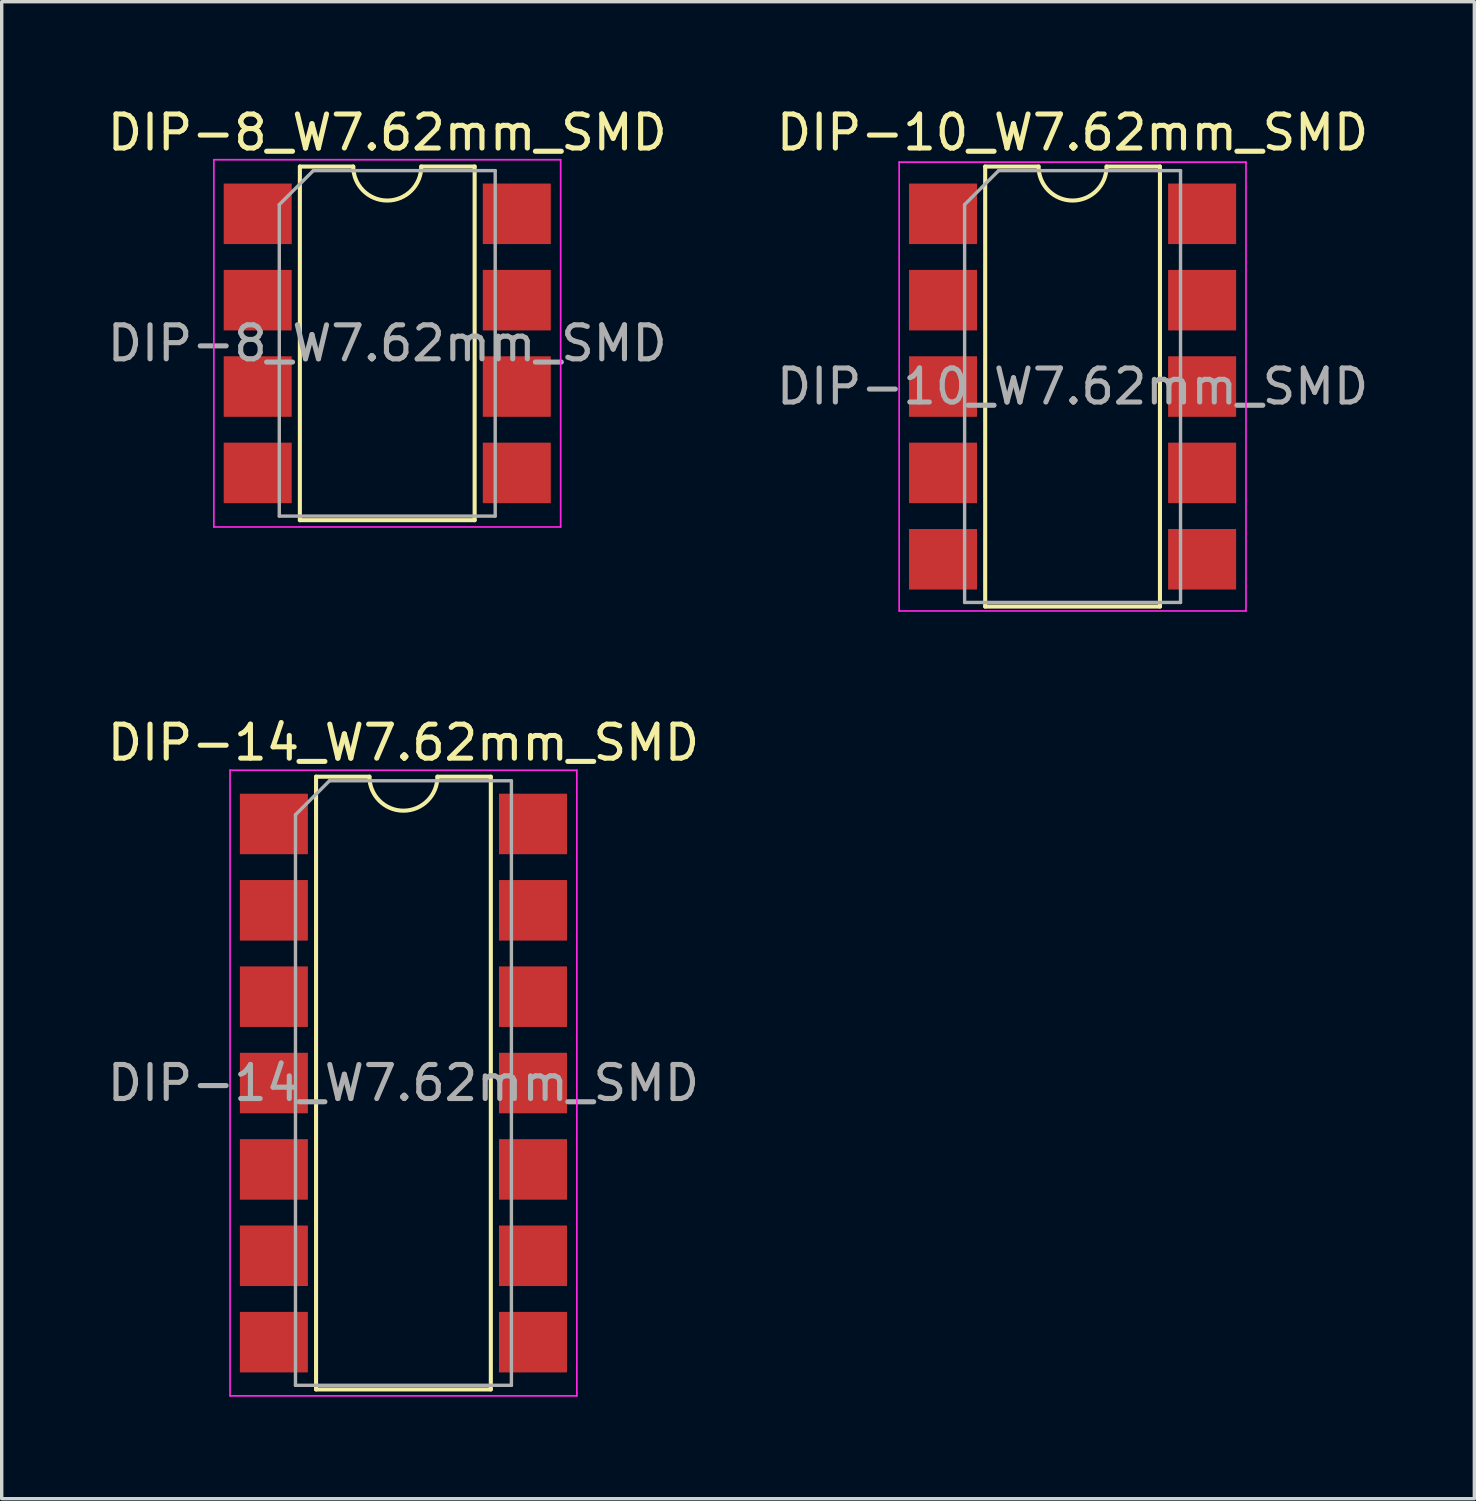
<source format=kicad_pcb>
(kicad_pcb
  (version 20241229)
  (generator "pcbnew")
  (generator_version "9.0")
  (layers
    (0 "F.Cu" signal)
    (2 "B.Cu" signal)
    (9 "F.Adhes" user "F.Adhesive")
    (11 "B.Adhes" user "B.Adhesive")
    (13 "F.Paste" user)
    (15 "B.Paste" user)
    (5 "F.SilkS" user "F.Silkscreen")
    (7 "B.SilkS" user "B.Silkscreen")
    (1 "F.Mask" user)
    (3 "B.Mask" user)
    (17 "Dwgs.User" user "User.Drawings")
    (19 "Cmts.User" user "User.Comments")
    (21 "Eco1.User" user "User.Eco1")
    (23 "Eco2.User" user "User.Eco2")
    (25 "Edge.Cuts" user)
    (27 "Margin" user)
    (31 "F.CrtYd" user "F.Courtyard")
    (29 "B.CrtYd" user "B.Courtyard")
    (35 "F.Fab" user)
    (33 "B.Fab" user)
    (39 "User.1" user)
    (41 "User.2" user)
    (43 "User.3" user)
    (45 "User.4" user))
  (footprint "DIP-10_W7.62mm_SMD"
    (layer "F.Cu")
    (at 28.494 8.318)
    (property "Reference" "DIP-10_W7.62mm_SMD" (at 0 -7.47 0) (layer "F.SilkS") (effects (font (size 1 1) (thickness 0.15))))
    (attr smd)
    (fp_line (start -2.57 -6.47) (end -2.57 6.47) (stroke (width 0.12) (type solid)) (layer "F.SilkS"))
    (fp_line (start -2.57 6.47) (end 2.57 6.47) (stroke (width 0.12) (type solid)) (layer "F.SilkS"))
    (fp_line (start -1 -6.47) (end -2.57 -6.47) (stroke (width 0.12) (type solid)) (layer "F.SilkS"))
    (fp_line (start 2.57 -6.47) (end 1 -6.47) (stroke (width 0.12) (type solid)) (layer "F.SilkS"))
    (fp_line (start 2.57 6.47) (end 2.57 -6.47) (stroke (width 0.12) (type solid)) (layer "F.SilkS"))
    (fp_arc (start 1 -6.47) (mid 0 -5.47) (end -1 -6.47) (stroke (width 0.12) (type solid)) (layer "F.SilkS"))
    (fp_line (start -5.1 -6.6) (end -5.1 6.6) (stroke (width 0.05) (type solid)) (layer "F.CrtYd"))
    (fp_line (start -5.1 6.6) (end 5.1 6.6) (stroke (width 0.05) (type solid)) (layer "F.CrtYd"))
    (fp_line (start 5.1 -6.6) (end -5.1 -6.6) (stroke (width 0.05) (type solid)) (layer "F.CrtYd"))
    (fp_line (start 5.1 6.6) (end 5.1 -6.6) (stroke (width 0.05) (type solid)) (layer "F.CrtYd"))
    (fp_line (start -3.175 -5.35) (end -2.175 -6.35) (stroke (width 0.1) (type solid)) (layer "F.Fab"))
    (fp_line (start -3.175 6.35) (end -3.175 -5.35) (stroke (width 0.1) (type solid)) (layer "F.Fab"))
    (fp_line (start -2.175 -6.35) (end 3.175 -6.35) (stroke (width 0.1) (type solid)) (layer "F.Fab"))
    (fp_line (start 3.175 -6.35) (end 3.175 6.35) (stroke (width 0.1) (type solid)) (layer "F.Fab"))
    (fp_line (start 3.175 6.35) (end -3.175 6.35) (stroke (width 0.1) (type solid)) (layer "F.Fab"))
    (fp_text user "${REFERENCE}" (at 0 0 0) (layer "F.Fab") (effects (font (size 1 1) (thickness 0.15))))
    (pad "1" smd rect (at -3.81 -5.08) (size 2 1.78) (layers "F.Cu" "F.Mask" "F.Paste"))
    (pad "2" smd rect (at -3.81 -2.54) (size 2 1.78) (layers "F.Cu" "F.Mask" "F.Paste"))
    (pad "3" smd rect (at -3.81 0) (size 2 1.78) (layers "F.Cu" "F.Mask" "F.Paste"))
    (pad "4" smd rect (at -3.81 2.54) (size 2 1.78) (layers "F.Cu" "F.Mask" "F.Paste"))
    (pad "5" smd rect (at -3.81 5.08) (size 2 1.78) (layers "F.Cu" "F.Mask" "F.Paste"))
    (pad "6" smd rect (at 3.81 5.08) (size 2 1.78) (layers "F.Cu" "F.Mask" "F.Paste"))
    (pad "7" smd rect (at 3.81 2.54) (size 2 1.78) (layers "F.Cu" "F.Mask" "F.Paste"))
    (pad "8" smd rect (at 3.81 0) (size 2 1.78) (layers "F.Cu" "F.Mask" "F.Paste"))
    (pad "9" smd rect (at 3.81 -2.54) (size 2 1.78) (layers "F.Cu" "F.Mask" "F.Paste"))
    (pad "10" smd rect (at 3.81 -5.08) (size 2 1.78) (layers "F.Cu" "F.Mask" "F.Paste")))
  (footprint "DIP-14_W7.62mm_SMD"
    (layer "F.Cu")
    (at 8.815 28.802)
    (property "Reference" "DIP-14_W7.62mm_SMD" (at 0 -10.01 0) (layer "F.SilkS") (effects (font (size 1 1) (thickness 0.15))))
    (attr smd)
    (fp_line (start -2.57 -9.01) (end -2.57 9.01) (stroke (width 0.12) (type solid)) (layer "F.SilkS"))
    (fp_line (start -2.57 9.01) (end 2.57 9.01) (stroke (width 0.12) (type solid)) (layer "F.SilkS"))
    (fp_line (start -1 -9.01) (end -2.57 -9.01) (stroke (width 0.12) (type solid)) (layer "F.SilkS"))
    (fp_line (start 2.57 -9.01) (end 1 -9.01) (stroke (width 0.12) (type solid)) (layer "F.SilkS"))
    (fp_line (start 2.57 9.01) (end 2.57 -9.01) (stroke (width 0.12) (type solid)) (layer "F.SilkS"))
    (fp_arc (start 1 -9.01) (mid 0 -8.01) (end -1 -9.01) (stroke (width 0.12) (type solid)) (layer "F.SilkS"))
    (fp_line (start -5.1 -9.2) (end -5.1 9.2) (stroke (width 0.05) (type solid)) (layer "F.CrtYd"))
    (fp_line (start -5.1 9.2) (end 5.1 9.2) (stroke (width 0.05) (type solid)) (layer "F.CrtYd"))
    (fp_line (start 5.1 -9.2) (end -5.1 -9.2) (stroke (width 0.05) (type solid)) (layer "F.CrtYd"))
    (fp_line (start 5.1 9.2) (end 5.1 -9.2) (stroke (width 0.05) (type solid)) (layer "F.CrtYd"))
    (fp_line (start -3.175 -7.89) (end -2.175 -8.89) (stroke (width 0.1) (type solid)) (layer "F.Fab"))
    (fp_line (start -3.175 8.89) (end -3.175 -7.89) (stroke (width 0.1) (type solid)) (layer "F.Fab"))
    (fp_line (start -2.175 -8.89) (end 3.175 -8.89) (stroke (width 0.1) (type solid)) (layer "F.Fab"))
    (fp_line (start 3.175 -8.89) (end 3.175 8.89) (stroke (width 0.1) (type solid)) (layer "F.Fab"))
    (fp_line (start 3.175 8.89) (end -3.175 8.89) (stroke (width 0.1) (type solid)) (layer "F.Fab"))
    (fp_text user "${REFERENCE}" (at 0 0 0) (layer "F.Fab") (effects (font (size 1 1) (thickness 0.15))))
    (pad "1" smd rect (at -3.81 -7.62) (size 2 1.78) (layers "F.Cu" "F.Mask" "F.Paste"))
    (pad "2" smd rect (at -3.81 -5.08) (size 2 1.78) (layers "F.Cu" "F.Mask" "F.Paste"))
    (pad "3" smd rect (at -3.81 -2.54) (size 2 1.78) (layers "F.Cu" "F.Mask" "F.Paste"))
    (pad "4" smd rect (at -3.81 0) (size 2 1.78) (layers "F.Cu" "F.Mask" "F.Paste"))
    (pad "5" smd rect (at -3.81 2.54) (size 2 1.78) (layers "F.Cu" "F.Mask" "F.Paste"))
    (pad "6" smd rect (at -3.81 5.08) (size 2 1.78) (layers "F.Cu" "F.Mask" "F.Paste"))
    (pad "7" smd rect (at -3.81 7.62) (size 2 1.78) (layers "F.Cu" "F.Mask" "F.Paste"))
    (pad "8" smd rect (at 3.81 7.62) (size 2 1.78) (layers "F.Cu" "F.Mask" "F.Paste"))
    (pad "9" smd rect (at 3.81 5.08) (size 2 1.78) (layers "F.Cu" "F.Mask" "F.Paste"))
    (pad "10" smd rect (at 3.81 2.54) (size 2 1.78) (layers "F.Cu" "F.Mask" "F.Paste"))
    (pad "11" smd rect (at 3.81 0) (size 2 1.78) (layers "F.Cu" "F.Mask" "F.Paste"))
    (pad "12" smd rect (at 3.81 -2.54) (size 2 1.78) (layers "F.Cu" "F.Mask" "F.Paste"))
    (pad "13" smd rect (at 3.81 -5.08) (size 2 1.78) (layers "F.Cu" "F.Mask" "F.Paste"))
    (pad "14" smd rect (at 3.81 -7.62) (size 2 1.78) (layers "F.Cu" "F.Mask" "F.Paste")))
  (footprint "DIP-8_W7.62mm_SMD"
    (layer "F.Cu")
    (at 8.339 7.048)
    (property "Reference" "DIP-8_W7.62mm_SMD" (at 0 -6.2 0) (layer "F.SilkS") (effects (font (size 1 1) (thickness 0.15))))
    (attr smd)
    (fp_line (start -2.57 -5.2) (end -2.57 5.2) (stroke (width 0.12) (type solid)) (layer "F.SilkS"))
    (fp_line (start -2.57 5.2) (end 2.57 5.2) (stroke (width 0.12) (type solid)) (layer "F.SilkS"))
    (fp_line (start -1 -5.2) (end -2.57 -5.2) (stroke (width 0.12) (type solid)) (layer "F.SilkS"))
    (fp_line (start 2.57 -5.2) (end 1 -5.2) (stroke (width 0.12) (type solid)) (layer "F.SilkS"))
    (fp_line (start 2.57 5.2) (end 2.57 -5.2) (stroke (width 0.12) (type solid)) (layer "F.SilkS"))
    (fp_arc (start 1 -5.2) (mid 0 -4.2) (end -1 -5.2) (stroke (width 0.12) (type solid)) (layer "F.SilkS"))
    (fp_line (start -5.1 -5.4) (end -5.1 5.4) (stroke (width 0.05) (type solid)) (layer "F.CrtYd"))
    (fp_line (start -5.1 5.4) (end 5.1 5.4) (stroke (width 0.05) (type solid)) (layer "F.CrtYd"))
    (fp_line (start 5.1 -5.4) (end -5.1 -5.4) (stroke (width 0.05) (type solid)) (layer "F.CrtYd"))
    (fp_line (start 5.1 5.4) (end 5.1 -5.4) (stroke (width 0.05) (type solid)) (layer "F.CrtYd"))
    (fp_line (start -3.175 -4.08) (end -2.175 -5.08) (stroke (width 0.1) (type solid)) (layer "F.Fab"))
    (fp_line (start -3.175 5.08) (end -3.175 -4.08) (stroke (width 0.1) (type solid)) (layer "F.Fab"))
    (fp_line (start -2.175 -5.08) (end 3.175 -5.08) (stroke (width 0.1) (type solid)) (layer "F.Fab"))
    (fp_line (start 3.175 -5.08) (end 3.175 5.08) (stroke (width 0.1) (type solid)) (layer "F.Fab"))
    (fp_line (start 3.175 5.08) (end -3.175 5.08) (stroke (width 0.1) (type solid)) (layer "F.Fab"))
    (fp_text user "${REFERENCE}" (at 0 0 0) (layer "F.Fab") (effects (font (size 1 1) (thickness 0.15))))
    (pad "1" smd rect (at -3.81 -3.81) (size 2 1.78) (layers "F.Cu" "F.Mask" "F.Paste"))
    (pad "2" smd rect (at -3.81 -1.27) (size 2 1.78) (layers "F.Cu" "F.Mask" "F.Paste"))
    (pad "3" smd rect (at -3.81 1.27) (size 2 1.78) (layers "F.Cu" "F.Mask" "F.Paste"))
    (pad "4" smd rect (at -3.81 3.81) (size 2 1.78) (layers "F.Cu" "F.Mask" "F.Paste"))
    (pad "5" smd rect (at 3.81 3.81) (size 2 1.78) (layers "F.Cu" "F.Mask" "F.Paste"))
    (pad "6" smd rect (at 3.81 1.27) (size 2 1.78) (layers "F.Cu" "F.Mask" "F.Paste"))
    (pad "7" smd rect (at 3.81 -1.27) (size 2 1.78) (layers "F.Cu" "F.Mask" "F.Paste"))
    (pad "8" smd rect (at 3.81 -3.81) (size 2 1.78) (layers "F.Cu" "F.Mask" "F.Paste")))
  (gr_rect
    (start -3 -3)
    (end 40.31 41.026)
    (stroke (width 0.1) (type default))
    (fill no)
    (layer "Edge.Cuts")))
</source>
